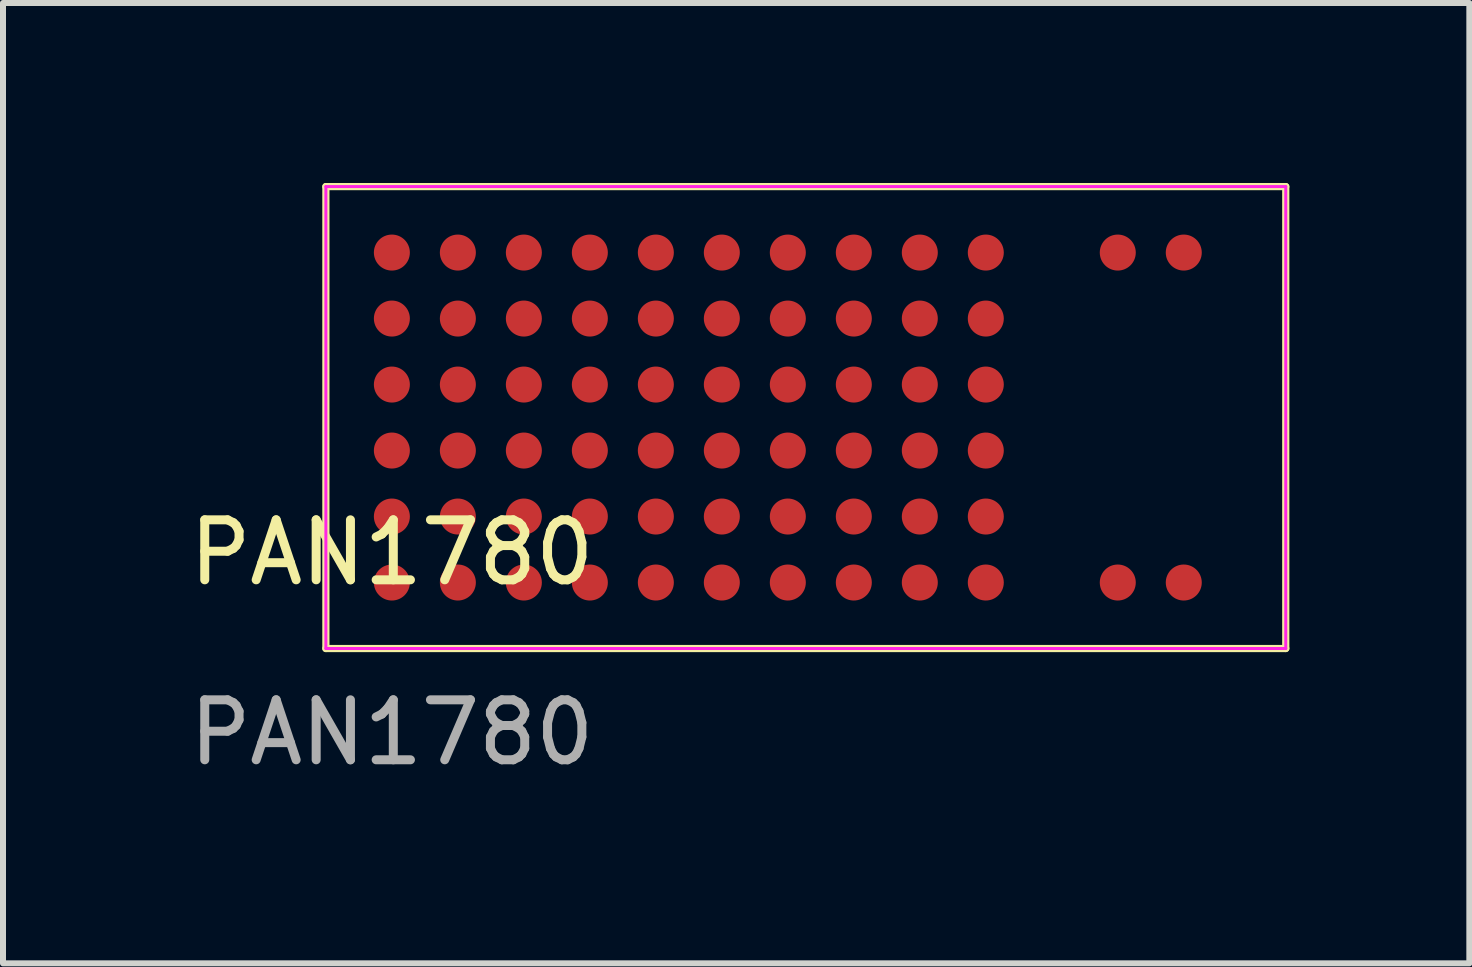
<source format=kicad_pcb>
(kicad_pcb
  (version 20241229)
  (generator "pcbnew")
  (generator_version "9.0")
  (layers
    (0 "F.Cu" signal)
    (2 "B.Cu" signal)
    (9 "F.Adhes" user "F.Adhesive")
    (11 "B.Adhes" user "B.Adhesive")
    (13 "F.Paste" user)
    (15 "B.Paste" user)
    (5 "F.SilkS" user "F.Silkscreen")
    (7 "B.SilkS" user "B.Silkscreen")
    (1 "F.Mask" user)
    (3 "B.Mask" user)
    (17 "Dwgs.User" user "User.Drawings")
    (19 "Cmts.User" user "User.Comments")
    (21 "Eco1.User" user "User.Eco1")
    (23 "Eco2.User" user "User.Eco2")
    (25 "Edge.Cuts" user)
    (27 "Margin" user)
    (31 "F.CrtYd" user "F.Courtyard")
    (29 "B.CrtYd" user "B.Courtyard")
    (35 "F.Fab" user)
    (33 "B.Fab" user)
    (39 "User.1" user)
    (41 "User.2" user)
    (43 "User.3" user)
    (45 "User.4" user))
  (footprint "PAN1780"
    (layer "F.Cu")
    (at 3.482 6.66)
    (property "Reference" "PAN1780" (at 0 -0.5 0) (unlocked yes) (layer "F.SilkS") (effects (font (size 1 1) (thickness 0.15))))
    (attr smd)
    (fp_line (start -1.1 -6.6) (end -1.1 1.1) (stroke (width 0.12) (type solid)) (layer "F.SilkS"))
    (fp_line (start -1.1 -6.6) (end 14.9 -6.6) (stroke (width 0.12) (type solid)) (layer "F.SilkS"))
    (fp_line (start -1.1 1.1) (end 14.9 1.1) (stroke (width 0.12) (type solid)) (layer "F.SilkS"))
    (fp_line (start 14.9 -6.6) (end 14.9 1.1) (stroke (width 0.12) (type solid)) (layer "F.SilkS"))
    (fp_line (start -1.1 -6.6) (end 14.9 -6.6) (stroke (width 0.05) (type solid)) (layer "F.CrtYd"))
    (fp_line (start -1.1 1.1) (end -1.1 -6.6) (stroke (width 0.05) (type solid)) (layer "F.CrtYd"))
    (fp_line (start 14.9 -6.6) (end 14.9 1.1) (stroke (width 0.05) (type solid)) (layer "F.CrtYd"))
    (fp_line (start 14.9 1.1) (end -1.1 1.1) (stroke (width 0.05) (type solid)) (layer "F.CrtYd"))
    (fp_text user "${REFERENCE}" (at 0 2.5 0) (unlocked yes) (layer "F.Fab") (effects (font (size 1 1) (thickness 0.15))))
    (pad "B1" smd circle (at 0 -1.1) (size 0.6 0.6) (layers "F.Cu" "F.Mask" "F.Paste"))
    (pad "B2" smd circle (at 1.1 -1.1) (size 0.6 0.6) (layers "F.Cu" "F.Mask" "F.Paste"))
    (pad "B3" smd circle (at 2.2 -1.1) (size 0.6 0.6) (layers "F.Cu" "F.Mask" "F.Paste"))
    (pad "B4" smd circle (at 3.3 -1.1) (size 0.6 0.6) (layers "F.Cu" "F.Mask" "F.Paste"))
    (pad "B5" smd circle (at 4.4 -1.1) (size 0.6 0.6) (layers "F.Cu" "F.Mask" "F.Paste"))
    (pad "B6" smd circle (at 5.5 -1.1) (size 0.6 0.6) (layers "F.Cu" "F.Mask" "F.Paste"))
    (pad "B7" smd circle (at 6.6 -1.1) (size 0.6 0.6) (layers "F.Cu" "F.Mask" "F.Paste"))
    (pad "B8" smd circle (at 7.7 -1.1) (size 0.6 0.6) (layers "F.Cu" "F.Mask" "F.Paste"))
    (pad "B9" smd circle (at 8.8 -1.1) (size 0.6 0.6) (layers "F.Cu" "F.Mask" "F.Paste"))
    (pad "B10" smd circle (at 9.9 -1.1) (size 0.6 0.6) (layers "F.Cu" "F.Mask" "F.Paste"))
    (pad "C1" smd circle (at 0 -2.2) (size 0.6 0.6) (layers "F.Cu" "F.Mask" "F.Paste"))
    (pad "C2" smd circle (at 1.1 -2.2) (size 0.6 0.6) (layers "F.Cu" "F.Mask" "F.Paste"))
    (pad "C3" smd circle (at 2.2 -2.2) (size 0.6 0.6) (layers "F.Cu" "F.Mask" "F.Paste"))
    (pad "C4" smd circle (at 3.3 -2.2) (size 0.6 0.6) (layers "F.Cu" "F.Mask" "F.Paste"))
    (pad "C5" smd circle (at 4.4 -2.2) (size 0.6 0.6) (layers "F.Cu" "F.Mask" "F.Paste"))
    (pad "C6" smd circle (at 5.5 -2.2) (size 0.6 0.6) (layers "F.Cu" "F.Mask" "F.Paste"))
    (pad "C7" smd circle (at 6.6 -2.2) (size 0.6 0.6) (layers "F.Cu" "F.Mask" "F.Paste"))
    (pad "C8" smd circle (at 7.7 -2.2) (size 0.6 0.6) (layers "F.Cu" "F.Mask" "F.Paste"))
    (pad "C9" smd circle (at 8.8 -2.2) (size 0.6 0.6) (layers "F.Cu" "F.Mask" "F.Paste"))
    (pad "C10" smd circle (at 9.9 -2.2) (size 0.6 0.6) (layers "F.Cu" "F.Mask" "F.Paste"))
    (pad "D1" smd circle (at 0 -3.3) (size 0.6 0.6) (layers "F.Cu" "F.Mask" "F.Paste"))
    (pad "D2" smd circle (at 1.1 -3.3) (size 0.6 0.6) (layers "F.Cu" "F.Mask" "F.Paste"))
    (pad "D3" smd circle (at 2.2 -3.3) (size 0.6 0.6) (layers "F.Cu" "F.Mask" "F.Paste"))
    (pad "D4" smd circle (at 3.3 -3.3) (size 0.6 0.6) (layers "F.Cu" "F.Mask" "F.Paste"))
    (pad "D5" smd circle (at 4.4 -3.3) (size 0.6 0.6) (layers "F.Cu" "F.Mask" "F.Paste"))
    (pad "D6" smd circle (at 5.5 -3.3) (size 0.6 0.6) (layers "F.Cu" "F.Mask" "F.Paste"))
    (pad "D7" smd circle (at 6.6 -3.3) (size 0.6 0.6) (layers "F.Cu" "F.Mask" "F.Paste"))
    (pad "D8" smd circle (at 7.7 -3.3) (size 0.6 0.6) (layers "F.Cu" "F.Mask" "F.Paste"))
    (pad "D9" smd circle (at 8.8 -3.3) (size 0.6 0.6) (layers "F.Cu" "F.Mask" "F.Paste"))
    (pad "D10" smd circle (at 9.9 -3.3) (size 0.6 0.6) (layers "F.Cu" "F.Mask" "F.Paste"))
    (pad "E1" smd circle (at 0 -4.4) (size 0.6 0.6) (layers "F.Cu" "F.Mask" "F.Paste"))
    (pad "E2" smd circle (at 1.1 -4.4) (size 0.6 0.6) (layers "F.Cu" "F.Mask" "F.Paste"))
    (pad "E3" smd circle (at 2.2 -4.4) (size 0.6 0.6) (layers "F.Cu" "F.Mask" "F.Paste"))
    (pad "E4" smd circle (at 3.3 -4.4) (size 0.6 0.6) (layers "F.Cu" "F.Mask" "F.Paste"))
    (pad "E5" smd circle (at 4.4 -4.4) (size 0.6 0.6) (layers "F.Cu" "F.Mask" "F.Paste"))
    (pad "E6" smd circle (at 5.5 -4.4) (size 0.6 0.6) (layers "F.Cu" "F.Mask" "F.Paste"))
    (pad "E7" smd circle (at 6.6 -4.4) (size 0.6 0.6) (layers "F.Cu" "F.Mask" "F.Paste"))
    (pad "E8" smd circle (at 7.7 -4.4) (size 0.6 0.6) (layers "F.Cu" "F.Mask" "F.Paste"))
    (pad "E9" smd circle (at 8.8 -4.4) (size 0.6 0.6) (layers "F.Cu" "F.Mask" "F.Paste"))
    (pad "E10" smd circle (at 9.9 -4.4) (size 0.6 0.6) (layers "F.Cu" "F.Mask" "F.Paste"))
    (pad "G1" smd circle (at 0 -5.5) (size 0.6 0.6) (layers "F.Cu" "F.Mask" "F.Paste"))
    (pad "G2" smd circle (at 1.1 -5.5) (size 0.6 0.6) (layers "F.Cu" "F.Mask" "F.Paste"))
    (pad "G3" smd circle (at 2.2 -5.5) (size 0.6 0.6) (layers "F.Cu" "F.Mask" "F.Paste"))
    (pad "G4" smd circle (at 3.3 -5.5) (size 0.6 0.6) (layers "F.Cu" "F.Mask" "F.Paste"))
    (pad "G5" smd circle (at 4.4 -5.5) (size 0.6 0.6) (layers "F.Cu" "F.Mask" "F.Paste"))
    (pad "G6" smd circle (at 5.5 -5.5) (size 0.6 0.6) (layers "F.Cu" "F.Mask" "F.Paste"))
    (pad "G7" smd circle (at 6.6 -5.5) (size 0.6 0.6) (layers "F.Cu" "F.Mask" "F.Paste"))
    (pad "G8" smd circle (at 7.7 -5.5) (size 0.6 0.6) (layers "F.Cu" "F.Mask" "F.Paste"))
    (pad "G9" smd circle (at 8.8 -5.5) (size 0.6 0.6) (layers "F.Cu" "F.Mask" "F.Paste"))
    (pad "G10" smd circle (at 9.9 -5.5) (size 0.6 0.6) (layers "F.Cu" "F.Mask" "F.Paste"))
    (pad "G12" smd circle (at 12.1 -5.5) (size 0.6 0.6) (layers "F.Cu" "F.Mask" "F.Paste"))
    (pad "G13" smd circle (at 13.2 -5.5) (size 0.6 0.6) (layers "F.Cu" "F.Mask" "F.Paste"))
    (pad "А1" smd circle (at 0 0) (size 0.6 0.6) (layers "F.Cu" "F.Mask" "F.Paste"))
    (pad "А2" smd circle (at 1.1 0) (size 0.6 0.6) (layers "F.Cu" "F.Mask" "F.Paste"))
    (pad "А3" smd circle (at 2.2 0) (size 0.6 0.6) (layers "F.Cu" "F.Mask" "F.Paste"))
    (pad "А4" smd circle (at 3.3 0) (size 0.6 0.6) (layers "F.Cu" "F.Mask" "F.Paste"))
    (pad "А5" smd circle (at 4.4 0) (size 0.6 0.6) (layers "F.Cu" "F.Mask" "F.Paste"))
    (pad "А6" smd circle (at 5.5 0) (size 0.6 0.6) (layers "F.Cu" "F.Mask" "F.Paste"))
    (pad "А7" smd circle (at 6.6 0) (size 0.6 0.6) (layers "F.Cu" "F.Mask" "F.Paste"))
    (pad "А8" smd circle (at 7.7 0) (size 0.6 0.6) (layers "F.Cu" "F.Mask" "F.Paste"))
    (pad "А9" smd circle (at 8.8 0) (size 0.6 0.6) (layers "F.Cu" "F.Mask" "F.Paste"))
    (pad "А10" smd circle (at 9.9 0) (size 0.6 0.6) (layers "F.Cu" "F.Mask" "F.Paste"))
    (pad "А12" smd circle (at 12.1 0) (size 0.6 0.6) (layers "F.Cu" "F.Mask" "F.Paste"))
    (pad "А13" smd circle (at 13.2 0) (size 0.6 0.6) (layers "F.Cu" "F.Mask" "F.Paste")))
  (gr_rect
    (start -3 -3)
    (end 21.442 13.008)
    (stroke (width 0.1) (type default))
    (fill no)
    (layer "Edge.Cuts")))
</source>
